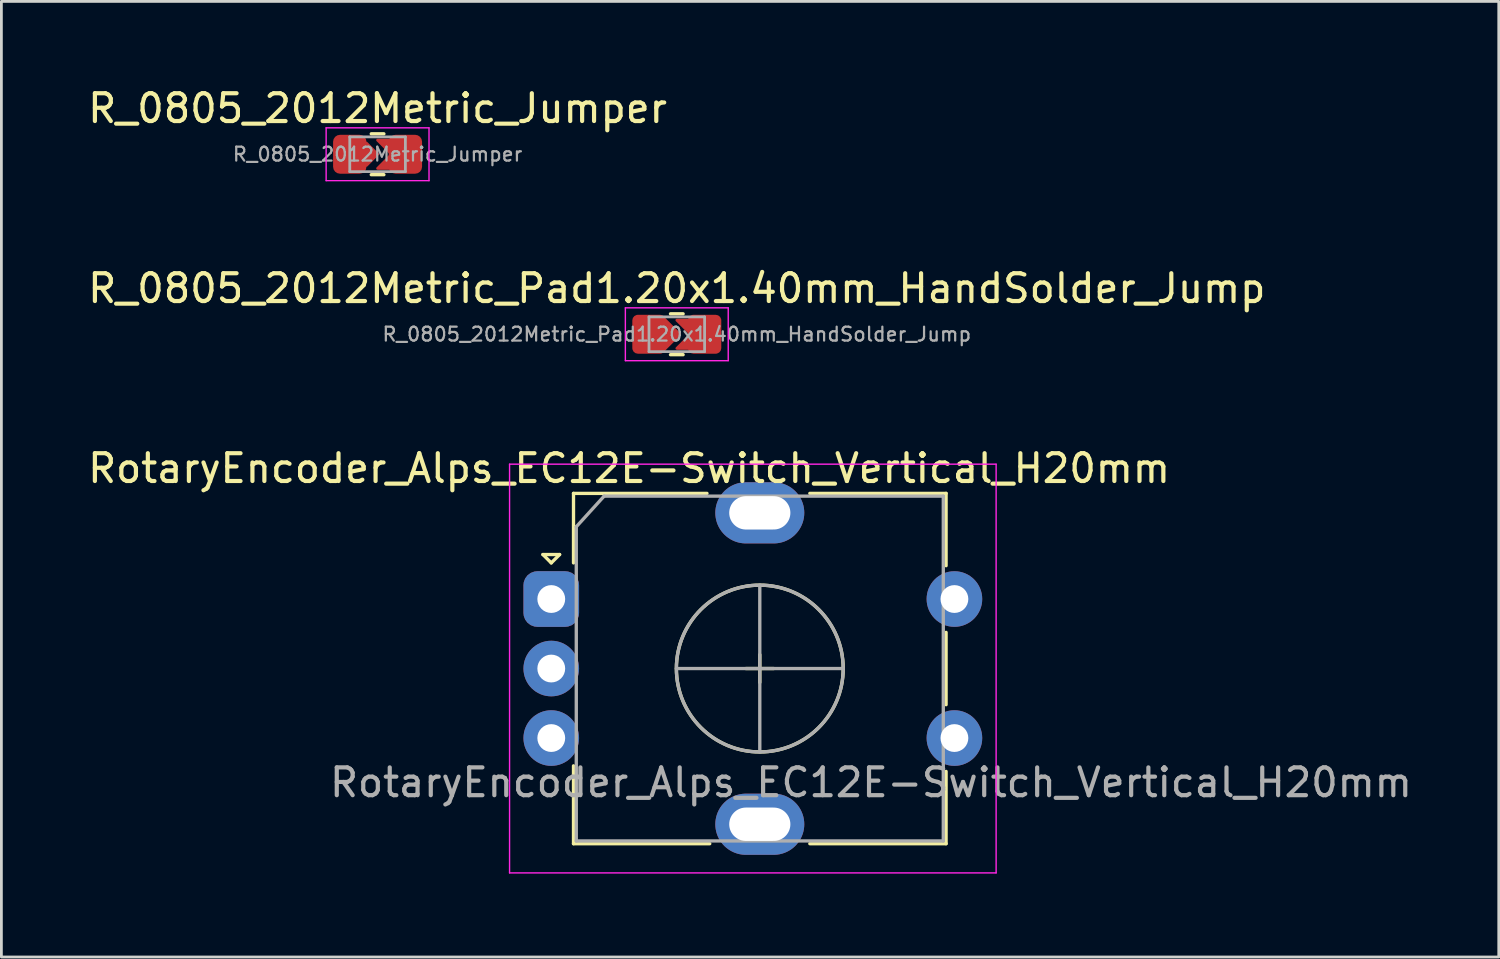
<source format=kicad_pcb>
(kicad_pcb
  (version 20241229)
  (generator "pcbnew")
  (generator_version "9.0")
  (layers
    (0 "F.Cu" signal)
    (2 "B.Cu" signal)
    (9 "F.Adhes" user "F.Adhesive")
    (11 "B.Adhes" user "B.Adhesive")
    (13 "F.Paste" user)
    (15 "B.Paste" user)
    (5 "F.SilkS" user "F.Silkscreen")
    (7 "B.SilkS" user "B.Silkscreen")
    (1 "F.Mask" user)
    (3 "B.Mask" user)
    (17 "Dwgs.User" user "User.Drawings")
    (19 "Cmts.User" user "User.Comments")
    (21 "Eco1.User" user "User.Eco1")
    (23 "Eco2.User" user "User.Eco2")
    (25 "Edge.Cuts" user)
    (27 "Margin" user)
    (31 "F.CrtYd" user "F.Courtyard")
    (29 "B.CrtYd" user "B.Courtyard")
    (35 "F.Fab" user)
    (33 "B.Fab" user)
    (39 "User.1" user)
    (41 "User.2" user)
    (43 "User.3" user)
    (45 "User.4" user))
  (footprint "R_0805_2012Metric_Jumper"
    (layer "F.Cu")
    (at 10.53 2.498)
    (property "Reference" "R_0805_2012Metric_Jumper" (at 0 -1.65 0) (layer "F.SilkS") (effects (font (size 1 1) (thickness 0.15))))
    (attr smd)
    (fp_poly (pts (xy 0 0) (xy -0.4 0.4) (xy -0.4 -0.4)) (stroke (width 0.1) (type solid)) (fill yes) (layer "F.Cu"))
    (fp_poly (pts (xy 0.508 0) (xy 0 -0.508) (xy 0.508 -0.508)) (stroke (width 0.1) (type solid)) (fill yes) (layer "F.Cu"))
    (fp_poly (pts (xy 0.508 0.508) (xy 0 0.508) (xy 0.508 0)) (stroke (width 0.1) (type solid)) (fill yes) (layer "F.Cu"))
    (fp_poly (pts (xy 0.7 0.7) (xy -0.7 0.7) (xy -0.7 -0.7) (xy 0.7 -0.7)) (stroke (width 0) (type solid)) (fill yes) (layer "F.Mask"))
    (fp_line (start -0.227 -0.735) (end 0.227 -0.735) (stroke (width 0.12) (type solid)) (layer "F.SilkS"))
    (fp_line (start -0.227 0.735) (end 0.227 0.735) (stroke (width 0.12) (type solid)) (layer "F.SilkS"))
    (fp_line (start -1.85 -0.95) (end 1.85 -0.95) (stroke (width 0.05) (type solid)) (layer "F.CrtYd"))
    (fp_line (start -1.85 0.95) (end -1.85 -0.95) (stroke (width 0.05) (type solid)) (layer "F.CrtYd"))
    (fp_line (start 1.85 -0.95) (end 1.85 0.95) (stroke (width 0.05) (type solid)) (layer "F.CrtYd"))
    (fp_line (start 1.85 0.95) (end -1.85 0.95) (stroke (width 0.05) (type solid)) (layer "F.CrtYd"))
    (fp_line (start -1 -0.625) (end 1 -0.625) (stroke (width 0.1) (type solid)) (layer "F.Fab"))
    (fp_line (start -1 0.625) (end -1 -0.625) (stroke (width 0.1) (type solid)) (layer "F.Fab"))
    (fp_line (start 1 -0.625) (end 1 0.625) (stroke (width 0.1) (type solid)) (layer "F.Fab"))
    (fp_line (start 1 0.625) (end -1 0.625) (stroke (width 0.1) (type solid)) (layer "F.Fab"))
    (fp_text user "${REFERENCE}" (at 0 0 0) (layer "F.Fab") (effects (font (size 0.5 0.5) (thickness 0.08))))
    (pad "1" smd roundrect (at -1 0) (size 1.2 1.4) (layers "F.Cu" "F.Mask" "F.Paste") (roundrect_rratio 0.208))
    (pad "2" smd roundrect (at 1 0) (size 1.2 1.4) (layers "F.Cu" "F.Mask" "F.Paste") (roundrect_rratio 0.208)))
  (footprint "R_0805_2012Metric_Pad1.20x1.40mm_HandSolder_Jump"
    (layer "F.Cu")
    (at 21.292 8.972)
    (property "Reference" "R_0805_2012Metric_Pad1.20x1.40mm_HandSolder_Jump" (at 0 -1.65 0) (layer "F.SilkS") (effects (font (size 1 1) (thickness 0.15))))
    (attr smd)
    (fp_poly (pts (xy 0.7 0.7) (xy -0.7 0.7) (xy -0.7 -0.7) (xy 0.7 -0.7)) (stroke (width 0) (type solid)) (fill yes) (layer "F.Mask"))
    (fp_line (start -0.227 -0.735) (end 0.227 -0.735) (stroke (width 0.12) (type solid)) (layer "F.SilkS"))
    (fp_line (start -0.227 0.735) (end 0.227 0.735) (stroke (width 0.12) (type solid)) (layer "F.SilkS"))
    (fp_line (start -1.85 -0.95) (end 1.85 -0.95) (stroke (width 0.05) (type solid)) (layer "F.CrtYd"))
    (fp_line (start -1.85 0.95) (end -1.85 -0.95) (stroke (width 0.05) (type solid)) (layer "F.CrtYd"))
    (fp_line (start 1.85 -0.95) (end 1.85 0.95) (stroke (width 0.05) (type solid)) (layer "F.CrtYd"))
    (fp_line (start 1.85 0.95) (end -1.85 0.95) (stroke (width 0.05) (type solid)) (layer "F.CrtYd"))
    (fp_line (start -1 -0.625) (end 1 -0.625) (stroke (width 0.1) (type solid)) (layer "F.Fab"))
    (fp_line (start -1 0.625) (end -1 -0.625) (stroke (width 0.1) (type solid)) (layer "F.Fab"))
    (fp_line (start 1 -0.625) (end 1 0.625) (stroke (width 0.1) (type solid)) (layer "F.Fab"))
    (fp_line (start 1 0.625) (end -1 0.625) (stroke (width 0.1) (type solid)) (layer "F.Fab"))
    (fp_text user "${REFERENCE}" (at 0 0 0) (layer "F.Fab") (effects (font (size 0.5 0.5) (thickness 0.08))))
    (pad "1" smd custom (at -1 0) (size 1.2 1.4) (layers "F.Cu" "F.Mask" "F.Paste") (options (anchor circle)) (primitives (gr_poly (pts (xy 1.1 0) (xy 0.465 0.635) (xy 0.465 -0.635)) (width 0.1) (fill yes)) (gr_poly (pts (xy 0.4 0.5) (xy -0.4 0.5) (xy -0.4 -0.5) (xy 0.4 -0.5)) (width 0.4) (fill yes))))
    (pad "2" smd custom (at 1 0) (size 1.2 1.4) (layers "F.Cu" "F.Mask" "F.Paste") (options (anchor circle)) (primitives (gr_poly (pts (xy -0.492 0) (xy -1 -0.508) (xy -0.492 -0.508)) (width 0.1) (fill yes)) (gr_poly (pts (xy -0.492 0.508) (xy -1 0.508) (xy -0.492 0)) (width 0.1) (fill yes)) (gr_poly (pts (xy 0.4 0.5) (xy -0.4 0.5) (xy -0.4 -0.5) (xy 0.4 -0.5)) (width 0.4) (fill yes)))))
  (footprint "RotaryEncoder_Alps_EC12E-Switch_Vertical_H20mm"
    (layer "F.Cu")
    (at 24.277 20.995)
    (property "Reference" "RotaryEncoder_Alps_EC12E-Switch_Vertical_H20mm" (at -4.7 -7.2 0) (layer "F.SilkS") (effects (font (size 1 1) (thickness 0.15))))
    (attr through_hole)
    (fp_line (start -7.8 -4.1) (end -7.2 -4.1) (stroke (width 0.12) (type solid)) (layer "F.SilkS"))
    (fp_line (start -7.5 -3.8) (end -7.8 -4.1) (stroke (width 0.12) (type solid)) (layer "F.SilkS"))
    (fp_line (start -7.2 -4.1) (end -7.5 -3.8) (stroke (width 0.12) (type solid)) (layer "F.SilkS"))
    (fp_line (start -6.7 -6.3) (end -6.7 -3.8) (stroke (width 0.12) (type solid)) (layer "F.SilkS"))
    (fp_line (start -6.7 6.3) (end -6.7 3.5) (stroke (width 0.12) (type solid)) (layer "F.SilkS"))
    (fp_line (start -1.9 -6.3) (end -6.7 -6.3) (stroke (width 0.12) (type solid)) (layer "F.SilkS"))
    (fp_line (start -1.8 6.3) (end -6.7 6.3) (stroke (width 0.12) (type solid)) (layer "F.SilkS"))
    (fp_line (start -0.5 0) (end 0.5 0) (stroke (width 0.12) (type solid)) (layer "F.SilkS"))
    (fp_line (start 0 -0.5) (end 0 0.5) (stroke (width 0.12) (type solid)) (layer "F.SilkS"))
    (fp_line (start 1.8 -6.3) (end 6.7 -6.3) (stroke (width 0.12) (type solid)) (layer "F.SilkS"))
    (fp_line (start 6.7 -6.3) (end 6.7 -3.7) (stroke (width 0.12) (type solid)) (layer "F.SilkS"))
    (fp_line (start 6.7 -1.3) (end 6.7 1.3) (stroke (width 0.12) (type solid)) (layer "F.SilkS"))
    (fp_line (start 6.7 3.7) (end 6.7 6.3) (stroke (width 0.12) (type solid)) (layer "F.SilkS"))
    (fp_line (start 6.7 6.3) (end 1.8 6.3) (stroke (width 0.12) (type solid)) (layer "F.SilkS"))
    (fp_circle (center 0 0) (end 3 0) (stroke (width 0.12) (type solid)) (fill no) (layer "F.SilkS"))
    (fp_line (start -9 -7.35) (end -9 7.35) (stroke (width 0.05) (type solid)) (layer "F.CrtYd"))
    (fp_line (start -9 -7.35) (end 8.5 -7.35) (stroke (width 0.05) (type solid)) (layer "F.CrtYd"))
    (fp_line (start 8.5 7.35) (end -9 7.35) (stroke (width 0.05) (type solid)) (layer "F.CrtYd"))
    (fp_line (start 8.5 7.35) (end 8.5 -7.35) (stroke (width 0.05) (type solid)) (layer "F.CrtYd"))
    (fp_line (start -6.6 -5.1) (end -5.6 -6.2) (stroke (width 0.12) (type solid)) (layer "F.Fab"))
    (fp_line (start -6.6 6.2) (end -6.6 -5.1) (stroke (width 0.12) (type solid)) (layer "F.Fab"))
    (fp_line (start -5.6 -6.2) (end 6.6 -6.2) (stroke (width 0.12) (type solid)) (layer "F.Fab"))
    (fp_line (start -3 0) (end 3 0) (stroke (width 0.12) (type solid)) (layer "F.Fab"))
    (fp_line (start 0 -3) (end 0 3) (stroke (width 0.12) (type solid)) (layer "F.Fab"))
    (fp_line (start 6.6 -6.2) (end 6.6 6.2) (stroke (width 0.12) (type solid)) (layer "F.Fab"))
    (fp_line (start 6.6 6.2) (end -6.6 6.2) (stroke (width 0.12) (type solid)) (layer "F.Fab"))
    (fp_circle (center 0 0) (end 3 0) (stroke (width 0.12) (type solid)) (fill no) (layer "F.Fab"))
    (fp_text user "${REFERENCE}" (at 4 4.1 0) (layer "F.Fab") (effects (font (size 1 1) (thickness 0.15))))
    (pad "A" thru_hole roundrect (at -7.5 -2.5) (size 2 2) (drill 1) (layers "*.Cu" "*.Mask") (roundrect_rratio 0.25))
    (pad "B" thru_hole circle (at -7.5 2.5) (size 2 2) (drill 1) (layers "*.Cu" "*.Mask"))
    (pad "C" thru_hole circle (at -7.5 0) (size 2 2) (drill 1) (layers "*.Cu" "*.Mask"))
    (pad "MP" thru_hole oval (at 0 -5.6) (size 3.2 2.2) (drill oval 2.2 1.2) (layers "*.Cu" "*.Mask"))
    (pad "MP" thru_hole oval (at 0 5.6) (size 3.2 2.2) (drill oval 2.2 1.2) (layers "*.Cu" "*.Mask"))
    (pad "S1" thru_hole circle (at 7 -2.5) (size 2 2) (drill 1) (layers "*.Cu" "*.Mask"))
    (pad "S2" thru_hole circle (at 7 2.5) (size 2 2) (drill 1) (layers "*.Cu" "*.Mask")))
  (gr_rect
    (start -3 -3)
    (end 50.855 31.37)
    (stroke (width 0.1) (type default))
    (fill no)
    (layer "Edge.Cuts")))
</source>
